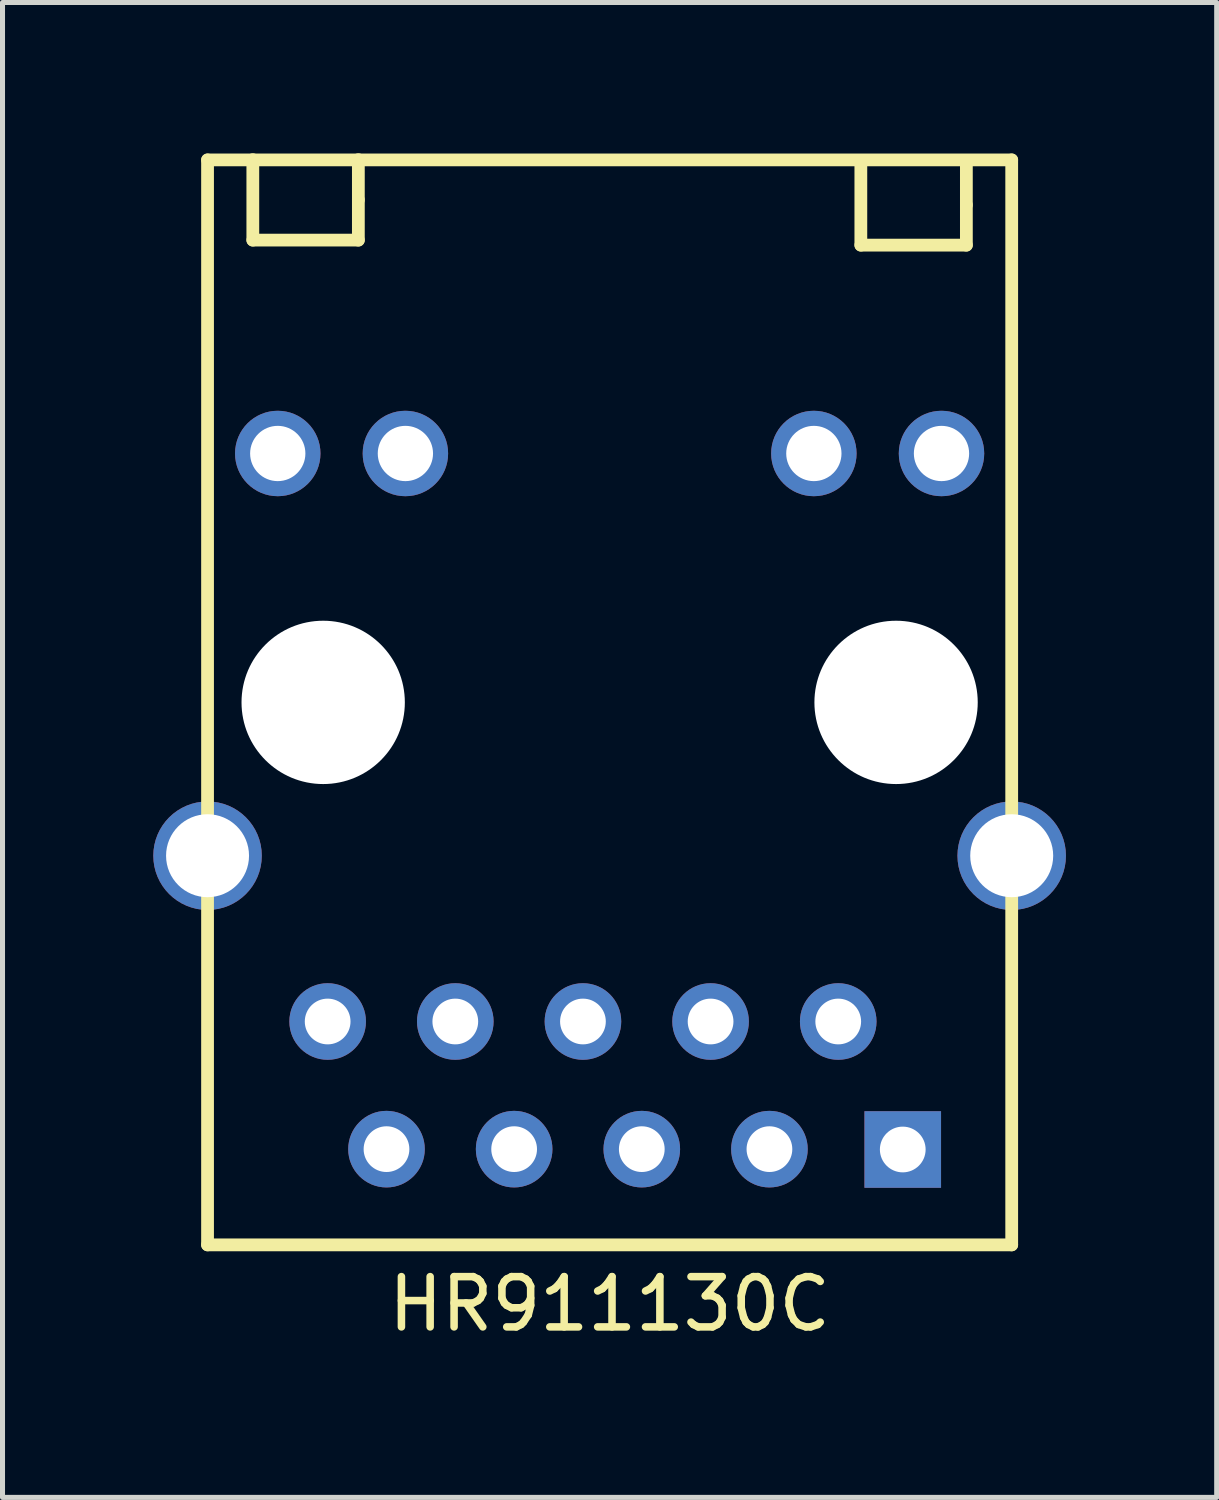
<source format=kicad_pcb>
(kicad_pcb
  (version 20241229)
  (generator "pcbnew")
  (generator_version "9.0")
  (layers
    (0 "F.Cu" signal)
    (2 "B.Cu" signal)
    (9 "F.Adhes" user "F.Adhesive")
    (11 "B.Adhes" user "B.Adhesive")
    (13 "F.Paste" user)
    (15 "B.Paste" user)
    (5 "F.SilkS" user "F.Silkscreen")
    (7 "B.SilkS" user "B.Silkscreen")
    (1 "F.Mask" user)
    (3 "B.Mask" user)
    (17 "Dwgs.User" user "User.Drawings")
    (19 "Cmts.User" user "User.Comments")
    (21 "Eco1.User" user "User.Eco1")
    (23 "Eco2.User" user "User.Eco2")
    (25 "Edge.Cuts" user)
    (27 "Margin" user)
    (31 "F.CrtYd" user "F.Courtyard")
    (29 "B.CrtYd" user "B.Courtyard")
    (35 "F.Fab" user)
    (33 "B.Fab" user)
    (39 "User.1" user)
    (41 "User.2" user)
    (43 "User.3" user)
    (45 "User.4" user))
  (footprint "HR911130C"
    (layer "F.Cu")
    (at 9.081 12.899)
    (property "Reference" "HR911130C" (at 0 10 0) (layer "F.SilkS") (effects (font (size 1 1) (thickness 0.15))))
    (attr through_hole)
    (fp_line (start -8.001 -12.767) (end 8.001 -12.767) (stroke (width 0.254) (type solid)) (layer "F.SilkS"))
    (fp_line (start -8.001 8.823) (end -8.001 -12.767) (stroke (width 0.254) (type solid)) (layer "F.SilkS"))
    (fp_line (start -7.1 -12.772) (end -7.1 -11.171) (stroke (width 0.254) (type solid)) (layer "F.SilkS"))
    (fp_line (start -7.1 -11.171) (end -5 -11.171) (stroke (width 0.254) (type solid)) (layer "F.SilkS"))
    (fp_line (start -5 -11.972) (end -5 -12.772) (stroke (width 0.254) (type solid)) (layer "F.SilkS"))
    (fp_line (start -5 -11.171) (end -5 -11.972) (stroke (width 0.254) (type solid)) (layer "F.SilkS"))
    (fp_line (start 4.999 -12.672) (end 4.999 -11.071) (stroke (width 0.254) (type solid)) (layer "F.SilkS"))
    (fp_line (start 4.999 -11.071) (end 7.099 -11.071) (stroke (width 0.254) (type solid)) (layer "F.SilkS"))
    (fp_line (start 7.099 -11.871) (end 7.099 -12.672) (stroke (width 0.254) (type solid)) (layer "F.SilkS"))
    (fp_line (start 7.099 -11.071) (end 7.099 -11.871) (stroke (width 0.254) (type solid)) (layer "F.SilkS"))
    (fp_line (start 8.001 -12.767) (end 8.001 8.823) (stroke (width 0.254) (type solid)) (layer "F.SilkS"))
    (fp_line (start 8.001 8.823) (end -8.001 8.823) (stroke (width 0.254) (type solid)) (layer "F.SilkS"))
    (pad "" np_thru_hole circle (at -5.7 -1.972) (size 3.25 3.25) (drill oval 3.25) (layers "*.Cu" "*.Mask"))
    (pad "" np_thru_hole circle (at 5.7 -1.972) (size 3.25 3.25) (drill oval 3.25) (layers "*.Cu" "*.Mask"))
    (pad "11" thru_hole circle (at 6.604 -6.925 180) (size 1.7 1.7) (drill oval 1.1) (layers "*.Cu" "*.Mask"))
    (pad "12" thru_hole circle (at 4.064 -6.925 180) (size 1.7 1.7) (drill oval 1.1) (layers "*.Cu" "*.Mask"))
    (pad "13" thru_hole circle (at -4.064 -6.925 180) (size 1.7 1.7) (drill oval 1.1) (layers "*.Cu" "*.Mask"))
    (pad "14" thru_hole circle (at -6.604 -6.925 180) (size 1.7 1.7) (drill oval 1.1) (layers "*.Cu" "*.Mask"))
    (pad "P1" thru_hole rect (at 5.833 6.925 180) (size 1.524 1.524) (drill oval 0.91) (layers "*.Cu" "*.Mask"))
    (pad "P2" thru_hole circle (at 4.549 4.378 180) (size 1.524 1.524) (drill oval 0.91) (layers "*.Cu" "*.Mask"))
    (pad "P3" thru_hole circle (at 3.18 6.918 180) (size 1.524 1.524) (drill oval 0.91) (layers "*.Cu" "*.Mask"))
    (pad "P4" thru_hole circle (at 2.009 4.378 180) (size 1.524 1.524) (drill oval 0.91) (layers "*.Cu" "*.Mask"))
    (pad "P5" thru_hole circle (at 0.64 6.918 180) (size 1.524 1.524) (drill oval 0.91) (layers "*.Cu" "*.Mask"))
    (pad "P6" thru_hole circle (at -0.531 4.378 180) (size 1.524 1.524) (drill oval 0.91) (layers "*.Cu" "*.Mask"))
    (pad "P7" thru_hole circle (at -1.9 6.918 180) (size 1.524 1.524) (drill oval 0.91) (layers "*.Cu" "*.Mask"))
    (pad "P8" thru_hole circle (at -3.071 4.378 180) (size 1.524 1.524) (drill oval 0.91) (layers "*.Cu" "*.Mask"))
    (pad "P9" thru_hole circle (at -4.44 6.918 180) (size 1.524 1.524) (drill oval 0.91) (layers "*.Cu" "*.Mask"))
    (pad "P10" thru_hole circle (at -5.611 4.378 180) (size 1.524 1.524) (drill oval 0.91) (layers "*.Cu" "*.Mask"))
    (pad "SHIELD0" thru_hole circle (at -8.001 1.079 180) (size 2.159 2.159) (drill oval 1.651) (layers "*.Cu" "*.Mask"))
    (pad "SHIELD1" thru_hole circle (at 8.001 1.079 180) (size 2.159 2.159) (drill oval 1.651) (layers "*.Cu" "*.Mask")))
  (gr_rect
    (start -3 -3)
    (end 21.161 26.747)
    (stroke (width 0.1) (type default))
    (fill no)
    (layer "Edge.Cuts")))
</source>
